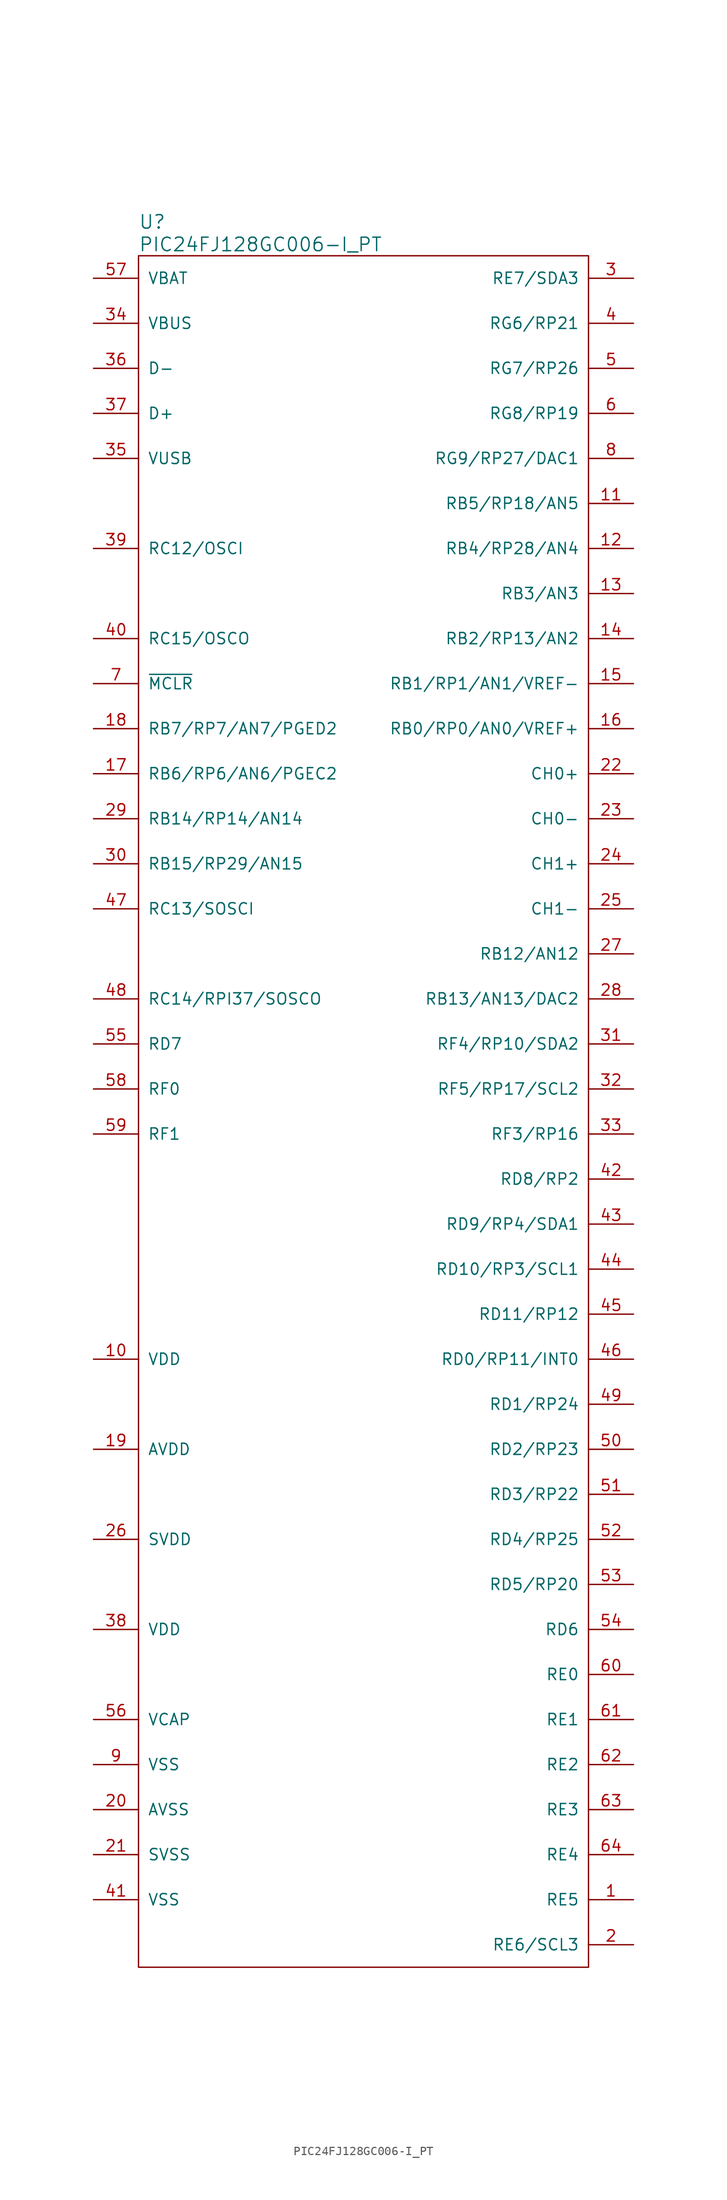
<source format=kicad_sym>
(kicad_symbol_lib
  (version 20231120)
  (generator "kicad_symbol_editor")
  (generator_version "8.0")
  (symbol "PIC24FJ128GC006-I_PT"
    (pin_names
      (offset 1.016))
    (property "Reference" "U"
      (at -25.4 100.33 0)
      (effects (font (size 1.524 1.524)) (justify left)))
    (property "Value" "PIC24FJ128GC006-I_PT"
      (at -25.4 97.79 0)
      (effects (font (size 1.524 1.524)) (justify left)))
    (symbol "PIC24FJ128GC006-I_PT_0_1"
      (rectangle (start 25.4 96.52) (end -25.4 -96.52) (stroke (width 0) (type default)) (fill (type none))))
    (symbol "PIC24FJ128GC006-I_PT_1_1"
      (pin input line (at 30.48 -88.9 180) (length 5.08) (name "RE5" (effects (font (size 1.27 1.27)))) (number "1" (effects (font (size 1.27 1.27)))))
      (pin input line (at -30.48 -27.94 0) (length 5.08) (name "VDD" (effects (font (size 1.27 1.27)))) (number "10" (effects (font (size 1.27 1.27)))))
      (pin input line (at 30.48 68.58 180) (length 5.08) (name "RB5/RP18/AN5" (effects (font (size 1.27 1.27)))) (number "11" (effects (font (size 1.27 1.27)))))
      (pin input line (at 30.48 63.5 180) (length 5.08) (name "RB4/RP28/AN4" (effects (font (size 1.27 1.27)))) (number "12" (effects (font (size 1.27 1.27)))))
      (pin input line (at 30.48 58.42 180) (length 5.08) (name "RB3/AN3" (effects (font (size 1.27 1.27)))) (number "13" (effects (font (size 1.27 1.27)))))
      (pin input line (at 30.48 53.34 180) (length 5.08) (name "RB2/RP13/AN2" (effects (font (size 1.27 1.27)))) (number "14" (effects (font (size 1.27 1.27)))))
      (pin input line (at 30.48 48.26 180) (length 5.08) (name "RB1/RP1/AN1/VREF-" (effects (font (size 1.27 1.27)))) (number "15" (effects (font (size 1.27 1.27)))))
      (pin input line (at 30.48 43.18 180) (length 5.08) (name "RB0/RP0/AN0/VREF+" (effects (font (size 1.27 1.27)))) (number "16" (effects (font (size 1.27 1.27)))))
      (pin input line (at -30.48 38.1 0) (length 5.08) (name "RB6/RP6/AN6/PGEC2" (effects (font (size 1.27 1.27)))) (number "17" (effects (font (size 1.27 1.27)))))
      (pin input line (at -30.48 43.18 0) (length 5.08) (name "RB7/RP7/AN7/PGED2" (effects (font (size 1.27 1.27)))) (number "18" (effects (font (size 1.27 1.27)))))
      (pin input line (at -30.48 -38.1 0) (length 5.08) (name "AVDD" (effects (font (size 1.27 1.27)))) (number "19" (effects (font (size 1.27 1.27)))))
      (pin input line (at 30.48 -93.98 180) (length 5.08) (name "RE6/SCL3" (effects (font (size 1.27 1.27)))) (number "2" (effects (font (size 1.27 1.27)))))
      (pin input line (at -30.48 -78.74 0) (length 5.08) (name "AVSS" (effects (font (size 1.27 1.27)))) (number "20" (effects (font (size 1.27 1.27)))))
      (pin input line (at -30.48 -83.82 0) (length 5.08) (name "SVSS" (effects (font (size 1.27 1.27)))) (number "21" (effects (font (size 1.27 1.27)))))
      (pin input line (at 30.48 38.1 180) (length 5.08) (name "CH0+" (effects (font (size 1.27 1.27)))) (number "22" (effects (font (size 1.27 1.27)))))
      (pin input line (at 30.48 33.02 180) (length 5.08) (name "CH0-" (effects (font (size 1.27 1.27)))) (number "23" (effects (font (size 1.27 1.27)))))
      (pin input line (at 30.48 27.94 180) (length 5.08) (name "CH1+" (effects (font (size 1.27 1.27)))) (number "24" (effects (font (size 1.27 1.27)))))
      (pin input line (at 30.48 22.86 180) (length 5.08) (name "CH1-" (effects (font (size 1.27 1.27)))) (number "25" (effects (font (size 1.27 1.27)))))
      (pin input line (at -30.48 -48.26 0) (length 5.08) (name "SVDD" (effects (font (size 1.27 1.27)))) (number "26" (effects (font (size 1.27 1.27)))))
      (pin input line (at 30.48 17.78 180) (length 5.08) (name "RB12/AN12" (effects (font (size 1.27 1.27)))) (number "27" (effects (font (size 1.27 1.27)))))
      (pin input line (at 30.48 12.7 180) (length 5.08) (name "RB13/AN13/DAC2" (effects (font (size 1.27 1.27)))) (number "28" (effects (font (size 1.27 1.27)))))
      (pin input line (at -30.48 33.02 0) (length 5.08) (name "RB14/RP14/AN14" (effects (font (size 1.27 1.27)))) (number "29" (effects (font (size 1.27 1.27)))))
      (pin input line (at 30.48 93.98 180) (length 5.08) (name "RE7/SDA3" (effects (font (size 1.27 1.27)))) (number "3" (effects (font (size 1.27 1.27)))))
      (pin input line (at -30.48 27.94 0) (length 5.08) (name "RB15/RP29/AN15" (effects (font (size 1.27 1.27)))) (number "30" (effects (font (size 1.27 1.27)))))
      (pin input line (at 30.48 7.62 180) (length 5.08) (name "RF4/RP10/SDA2" (effects (font (size 1.27 1.27)))) (number "31" (effects (font (size 1.27 1.27)))))
      (pin input line (at 30.48 2.54 180) (length 5.08) (name "RF5/RP17/SCL2" (effects (font (size 1.27 1.27)))) (number "32" (effects (font (size 1.27 1.27)))))
      (pin input line (at 30.48 -2.54 180) (length 5.08) (name "RF3/RP16" (effects (font (size 1.27 1.27)))) (number "33" (effects (font (size 1.27 1.27)))))
      (pin input line (at -30.48 88.9 0) (length 5.08) (name "VBUS" (effects (font (size 1.27 1.27)))) (number "34" (effects (font (size 1.27 1.27)))))
      (pin input line (at -30.48 73.66 0) (length 5.08) (name "VUSB" (effects (font (size 1.27 1.27)))) (number "35" (effects (font (size 1.27 1.27)))))
      (pin input line (at -30.48 83.82 0) (length 5.08) (name "D-" (effects (font (size 1.27 1.27)))) (number "36" (effects (font (size 1.27 1.27)))))
      (pin input line (at -30.48 78.74 0) (length 5.08) (name "D+" (effects (font (size 1.27 1.27)))) (number "37" (effects (font (size 1.27 1.27)))))
      (pin input line (at -30.48 -58.42 0) (length 5.08) (name "VDD" (effects (font (size 1.27 1.27)))) (number "38" (effects (font (size 1.27 1.27)))))
      (pin input line (at -30.48 63.5 0) (length 5.08) (name "RC12/OSCI" (effects (font (size 1.27 1.27)))) (number "39" (effects (font (size 1.27 1.27)))))
      (pin input line (at 30.48 88.9 180) (length 5.08) (name "RG6/RP21" (effects (font (size 1.27 1.27)))) (number "4" (effects (font (size 1.27 1.27)))))
      (pin input line (at -30.48 53.34 0) (length 5.08) (name "RC15/OSCO" (effects (font (size 1.27 1.27)))) (number "40" (effects (font (size 1.27 1.27)))))
      (pin input line (at -30.48 -88.9 0) (length 5.08) (name "VSS" (effects (font (size 1.27 1.27)))) (number "41" (effects (font (size 1.27 1.27)))))
      (pin input line (at 30.48 -7.62 180) (length 5.08) (name "RD8/RP2" (effects (font (size 1.27 1.27)))) (number "42" (effects (font (size 1.27 1.27)))))
      (pin input line (at 30.48 -12.7 180) (length 5.08) (name "RD9/RP4/SDA1" (effects (font (size 1.27 1.27)))) (number "43" (effects (font (size 1.27 1.27)))))
      (pin input line (at 30.48 -17.78 180) (length 5.08) (name "RD10/RP3/SCL1" (effects (font (size 1.27 1.27)))) (number "44" (effects (font (size 1.27 1.27)))))
      (pin input line (at 30.48 -22.86 180) (length 5.08) (name "RD11/RP12" (effects (font (size 1.27 1.27)))) (number "45" (effects (font (size 1.27 1.27)))))
      (pin input line (at 30.48 -27.94 180) (length 5.08) (name "RD0/RP11/INT0" (effects (font (size 1.27 1.27)))) (number "46" (effects (font (size 1.27 1.27)))))
      (pin input line (at -30.48 22.86 0) (length 5.08) (name "RC13/SOSCI" (effects (font (size 1.27 1.27)))) (number "47" (effects (font (size 1.27 1.27)))))
      (pin input line (at -30.48 12.7 0) (length 5.08) (name "RC14/RPI37/SOSCO" (effects (font (size 1.27 1.27)))) (number "48" (effects (font (size 1.27 1.27)))))
      (pin input line (at 30.48 -33.02 180) (length 5.08) (name "RD1/RP24" (effects (font (size 1.27 1.27)))) (number "49" (effects (font (size 1.27 1.27)))))
      (pin input line (at 30.48 83.82 180) (length 5.08) (name "RG7/RP26" (effects (font (size 1.27 1.27)))) (number "5" (effects (font (size 1.27 1.27)))))
      (pin input line (at 30.48 -38.1 180) (length 5.08) (name "RD2/RP23" (effects (font (size 1.27 1.27)))) (number "50" (effects (font (size 1.27 1.27)))))
      (pin input line (at 30.48 -43.18 180) (length 5.08) (name "RD3/RP22" (effects (font (size 1.27 1.27)))) (number "51" (effects (font (size 1.27 1.27)))))
      (pin input line (at 30.48 -48.26 180) (length 5.08) (name "RD4/RP25" (effects (font (size 1.27 1.27)))) (number "52" (effects (font (size 1.27 1.27)))))
      (pin input line (at 30.48 -53.34 180) (length 5.08) (name "RD5/RP20" (effects (font (size 1.27 1.27)))) (number "53" (effects (font (size 1.27 1.27)))))
      (pin input line (at 30.48 -58.42 180) (length 5.08) (name "RD6" (effects (font (size 1.27 1.27)))) (number "54" (effects (font (size 1.27 1.27)))))
      (pin input line (at -30.48 7.62 0) (length 5.08) (name "RD7" (effects (font (size 1.27 1.27)))) (number "55" (effects (font (size 1.27 1.27)))))
      (pin input line (at -30.48 -68.58 0) (length 5.08) (name "VCAP" (effects (font (size 1.27 1.27)))) (number "56" (effects (font (size 1.27 1.27)))))
      (pin input line (at -30.48 93.98 0) (length 5.08) (name "VBAT" (effects (font (size 1.27 1.27)))) (number "57" (effects (font (size 1.27 1.27)))))
      (pin input line (at -30.48 2.54 0) (length 5.08) (name "RF0" (effects (font (size 1.27 1.27)))) (number "58" (effects (font (size 1.27 1.27)))))
      (pin input line (at -30.48 -2.54 0) (length 5.08) (name "RF1" (effects (font (size 1.27 1.27)))) (number "59" (effects (font (size 1.27 1.27)))))
      (pin input line (at 30.48 78.74 180) (length 5.08) (name "RG8/RP19" (effects (font (size 1.27 1.27)))) (number "6" (effects (font (size 1.27 1.27)))))
      (pin input line (at 30.48 -63.5 180) (length 5.08) (name "RE0" (effects (font (size 1.27 1.27)))) (number "60" (effects (font (size 1.27 1.27)))))
      (pin input line (at 30.48 -68.58 180) (length 5.08) (name "RE1" (effects (font (size 1.27 1.27)))) (number "61" (effects (font (size 1.27 1.27)))))
      (pin input line (at 30.48 -73.66 180) (length 5.08) (name "RE2" (effects (font (size 1.27 1.27)))) (number "62" (effects (font (size 1.27 1.27)))))
      (pin input line (at 30.48 -78.74 180) (length 5.08) (name "RE3" (effects (font (size 1.27 1.27)))) (number "63" (effects (font (size 1.27 1.27)))))
      (pin input line (at 30.48 -83.82 180) (length 5.08) (name "RE4" (effects (font (size 1.27 1.27)))) (number "64" (effects (font (size 1.27 1.27)))))
      (pin input line (at -30.48 48.26 0) (length 5.08) (name "~{MCLR}" (effects (font (size 1.27 1.27)))) (number "7" (effects (font (size 1.27 1.27)))))
      (pin input line (at 30.48 73.66 180) (length 5.08) (name "RG9/RP27/DAC1" (effects (font (size 1.27 1.27)))) (number "8" (effects (font (size 1.27 1.27)))))
      (pin input line (at -30.48 -73.66 0) (length 5.08) (name "VSS" (effects (font (size 1.27 1.27)))) (number "9" (effects (font (size 1.27 1.27))))))))
</source>
